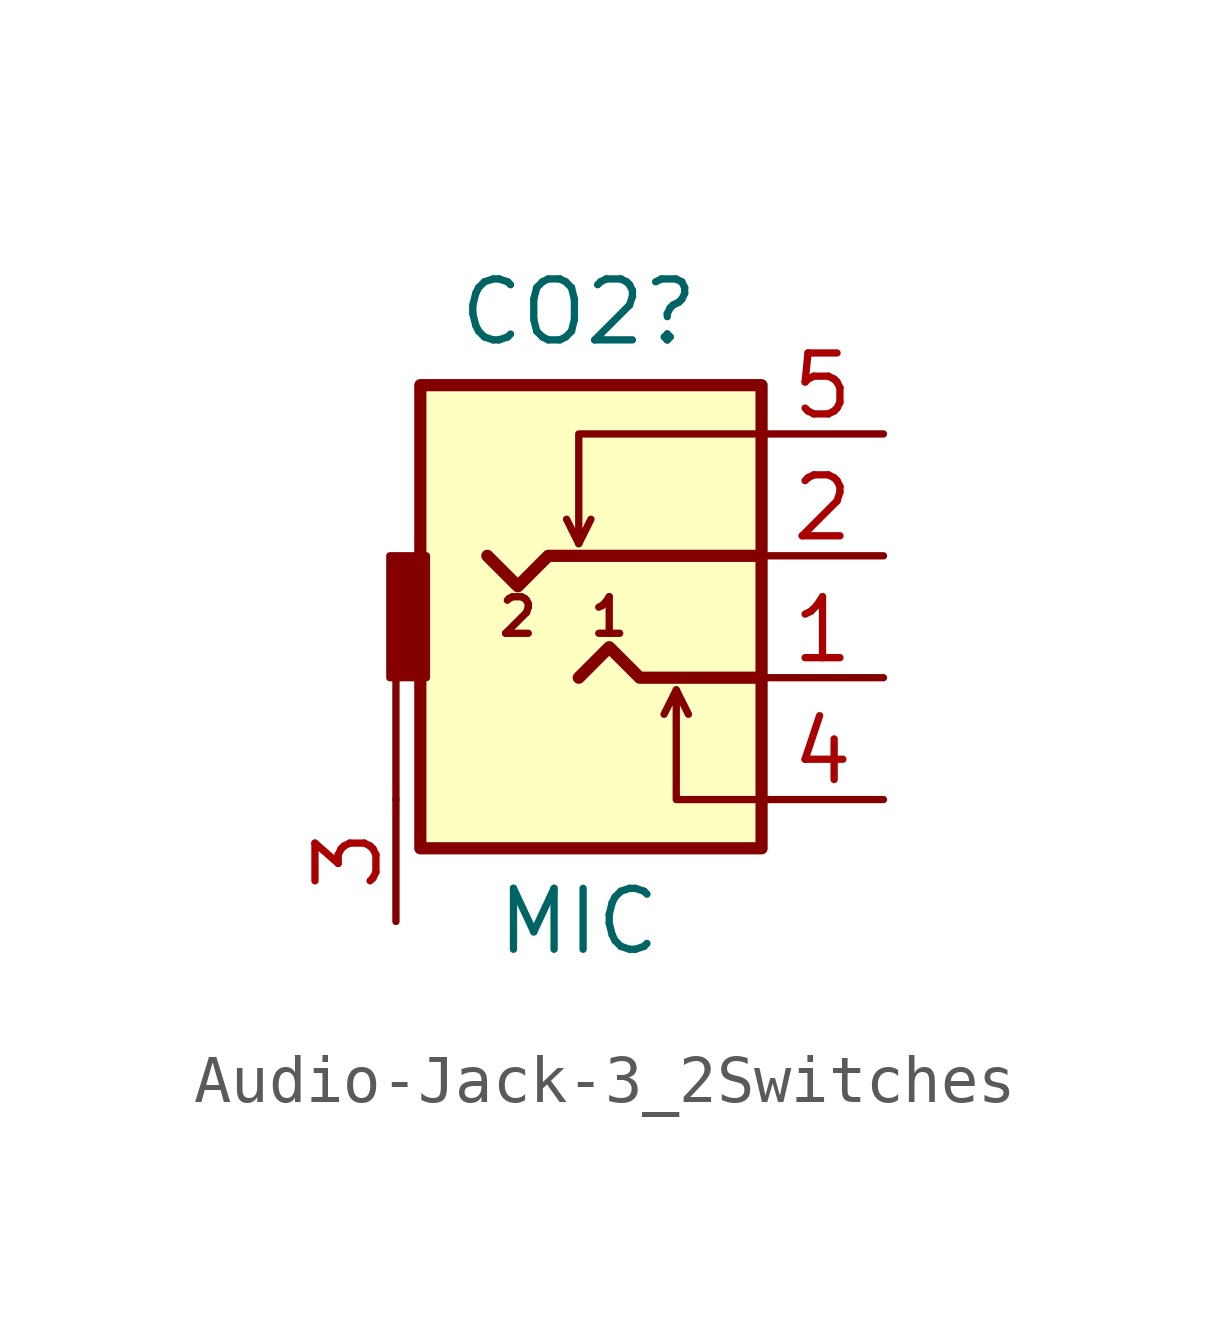
<source format=kicad_sym>
(kicad_symbol_lib
  (version 20241209)
  (generator "kicad_symbol_editor")
  (generator_version "9.0")
  (symbol "Audio-Jack-3_2Switches"
    (pin_names
      (offset 1.016))
    (property "Reference" "CO2"
      (at -1.27 7.62 0)
      (effects (font (size 1.27 1.27))))
    (property "Value" "MIC"
      (at -1.27 -5.08 0)
      (effects (font (size 1.27 1.27))))
    (property "Description" ""
      (at 0 0 0)
      (effects (font (size 1.27 1.27))))
    (symbol "Audio-Jack-3_2Switches_0_0"
      (polyline (pts (xy -5.08 -2.54) (xy -5.08 0)) (stroke (width 0) (type default)) (fill (type none)))
      (rectangle (start -4.572 6.096) (end 2.54 -3.556) (stroke (width 0.254) (type default)) (fill (type background)))
      (polyline (pts (xy -1.27 2.794) (xy -1.016 3.302)) (stroke (width 0) (type default)) (fill (type none)))
      (polyline (pts (xy 1.016 -0.762) (xy 0.762 -0.254)) (stroke (width 0) (type default)) (fill (type none)))
      (polyline (pts (xy 2.54 5.08) (xy -1.27 5.08) (xy -1.27 2.794) (xy -1.524 3.302)) (stroke (width 0) (type default)) (fill (type none)))
      (polyline (pts (xy 2.54 -2.54) (xy 0.762 -2.54) (xy 0.762 -0.254) (xy 0.508 -0.762)) (stroke (width 0) (type default)) (fill (type none)))
      (text "2" (at -2.54 1.27 0) (effects (font (size 0.762 0.762))))
      (text "1" (at -0.635 1.27 0) (effects (font (size 0.762 0.762)))))
    (symbol "Audio-Jack-3_2Switches_0_1"
      (rectangle (start -4.445 0) (end -5.207 2.54) (stroke (width 0) (type default)) (fill (type outline)))
      (polyline (pts (xy -1.27 0) (xy -0.635 0.635) (xy 0 0) (xy 2.54 0)) (stroke (width 0.254) (type default)) (fill (type none)))
      (polyline (pts (xy 2.54 2.54) (xy -1.905 2.54) (xy -2.54 1.905) (xy -3.175 2.54)) (stroke (width 0.254) (type default)) (fill (type none))))
    (symbol "Audio-Jack-3_2Switches_1_1"
      (pin passive line (at -5.08 -5.08 90) (length 2.54) (name "~" (effects (font (size 1.27 1.27)))) (number "3" (effects (font (size 1.27 1.27)))))
      (pin passive line (at 5.08 5.08 180) (length 2.54) (name "~" (effects (font (size 1.27 1.27)))) (number "5" (effects (font (size 1.27 1.27)))))
      (pin passive line (at 5.08 2.54 180) (length 2.54) (name "~" (effects (font (size 1.27 1.27)))) (number "2" (effects (font (size 1.27 1.27)))))
      (pin passive line (at 5.08 0 180) (length 2.54) (name "~" (effects (font (size 1.27 1.27)))) (number "1" (effects (font (size 1.27 1.27)))))
      (pin passive line (at 5.08 -2.54 180) (length 2.54) (name "~" (effects (font (size 1.27 1.27)))) (number "4" (effects (font (size 1.27 1.27))))))))
</source>
